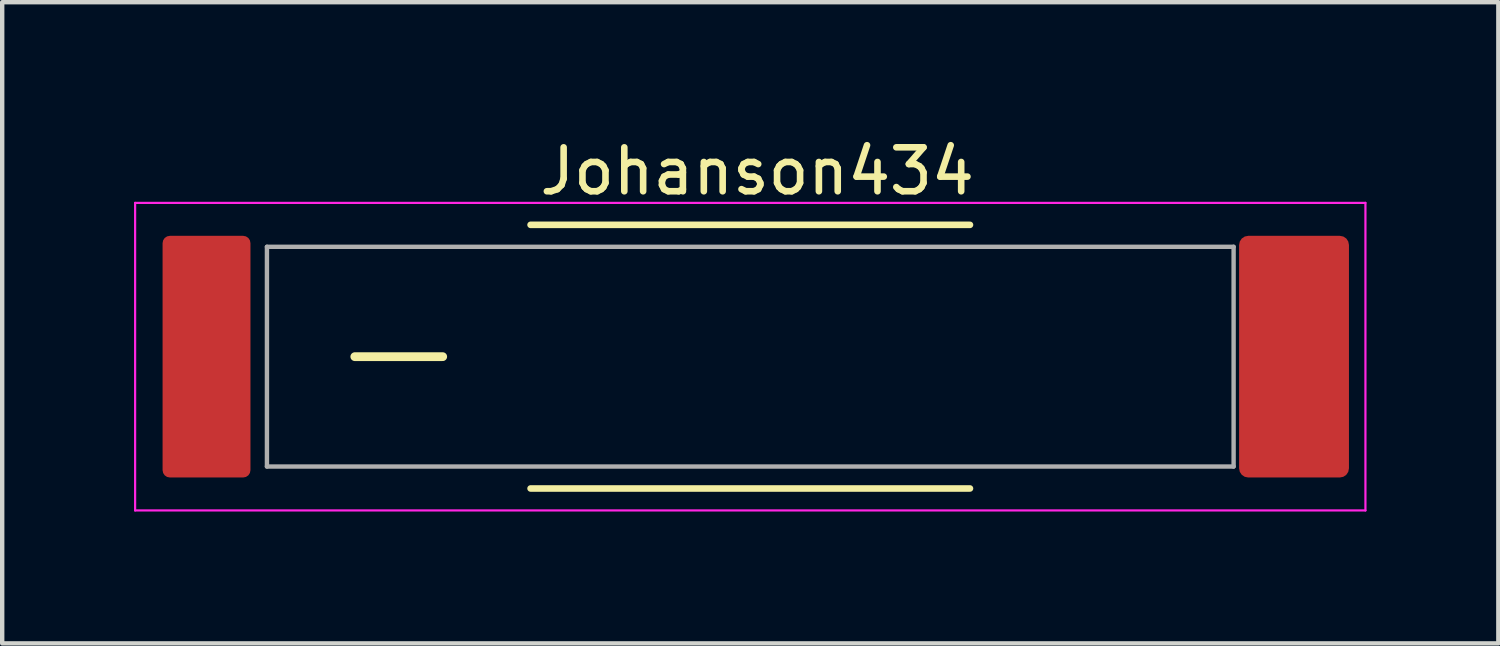
<source format=kicad_pcb>
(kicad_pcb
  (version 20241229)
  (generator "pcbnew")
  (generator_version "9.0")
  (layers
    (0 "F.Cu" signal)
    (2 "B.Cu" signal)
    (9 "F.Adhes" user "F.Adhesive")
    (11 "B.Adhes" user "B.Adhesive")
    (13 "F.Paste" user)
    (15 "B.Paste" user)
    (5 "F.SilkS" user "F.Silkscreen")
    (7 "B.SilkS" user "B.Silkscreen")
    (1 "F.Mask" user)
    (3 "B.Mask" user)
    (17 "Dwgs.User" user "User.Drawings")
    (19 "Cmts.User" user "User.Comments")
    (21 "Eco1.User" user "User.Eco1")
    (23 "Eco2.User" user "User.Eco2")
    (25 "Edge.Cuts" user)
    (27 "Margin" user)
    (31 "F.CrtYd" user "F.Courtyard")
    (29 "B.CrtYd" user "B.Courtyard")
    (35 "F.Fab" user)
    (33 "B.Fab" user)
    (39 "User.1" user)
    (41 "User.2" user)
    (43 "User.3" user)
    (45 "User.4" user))
  (footprint "Johanson434"
    (layer "F.Cu")
    (at 14.025 5.067)
    (property "Reference" "Johanson434" (at 0.157 -4.219 0) (layer "F.SilkS") (effects (font (size 1 1) (thickness 0.15))))
    (attr smd)
    (fp_line (start -9 0) (end -7 0) (stroke (width 0.2) (type solid)) (layer "F.SilkS"))
    (fp_line (start -5 -3) (end 5 -3) (stroke (width 0.15) (type solid)) (layer "F.SilkS"))
    (fp_line (start -5 3) (end 5 3) (stroke (width 0.15) (type solid)) (layer "F.SilkS"))
    (fp_line (start -14 -3.5) (end 14 -3.5) (stroke (width 0.05) (type solid)) (layer "F.CrtYd"))
    (fp_line (start -14 3.5) (end -14 -3.5) (stroke (width 0.05) (type solid)) (layer "F.CrtYd"))
    (fp_line (start 14 -3.5) (end 14 3.5) (stroke (width 0.05) (type solid)) (layer "F.CrtYd"))
    (fp_line (start 14 3.5) (end -14 3.5) (stroke (width 0.05) (type solid)) (layer "F.CrtYd"))
    (fp_line (start -11 -2.5) (end 11 -2.5) (stroke (width 0.1) (type solid)) (layer "F.Fab"))
    (fp_line (start -11 2.5) (end -11 -2.5) (stroke (width 0.1) (type solid)) (layer "F.Fab"))
    (fp_line (start 11 -2.5) (end 11 2.5) (stroke (width 0.1) (type solid)) (layer "F.Fab"))
    (fp_line (start 11 2.5) (end -11 2.5) (stroke (width 0.1) (type solid)) (layer "F.Fab"))
    (pad "1" smd roundrect (at -12.375 0) (size 2 5.5) (layers "F.Cu" "F.Mask" "F.Paste") (roundrect_rratio 0.083))
    (pad "2" smd roundrect (at 12.375 0) (size 2.5 5.5) (layers "F.Cu" "F.Mask" "F.Paste") (roundrect_rratio 0.083)))
  (gr_rect
    (start -3 -3)
    (end 31.05 11.592)
    (stroke (width 0.1) (type default))
    (fill no)
    (layer "Edge.Cuts")))
</source>
